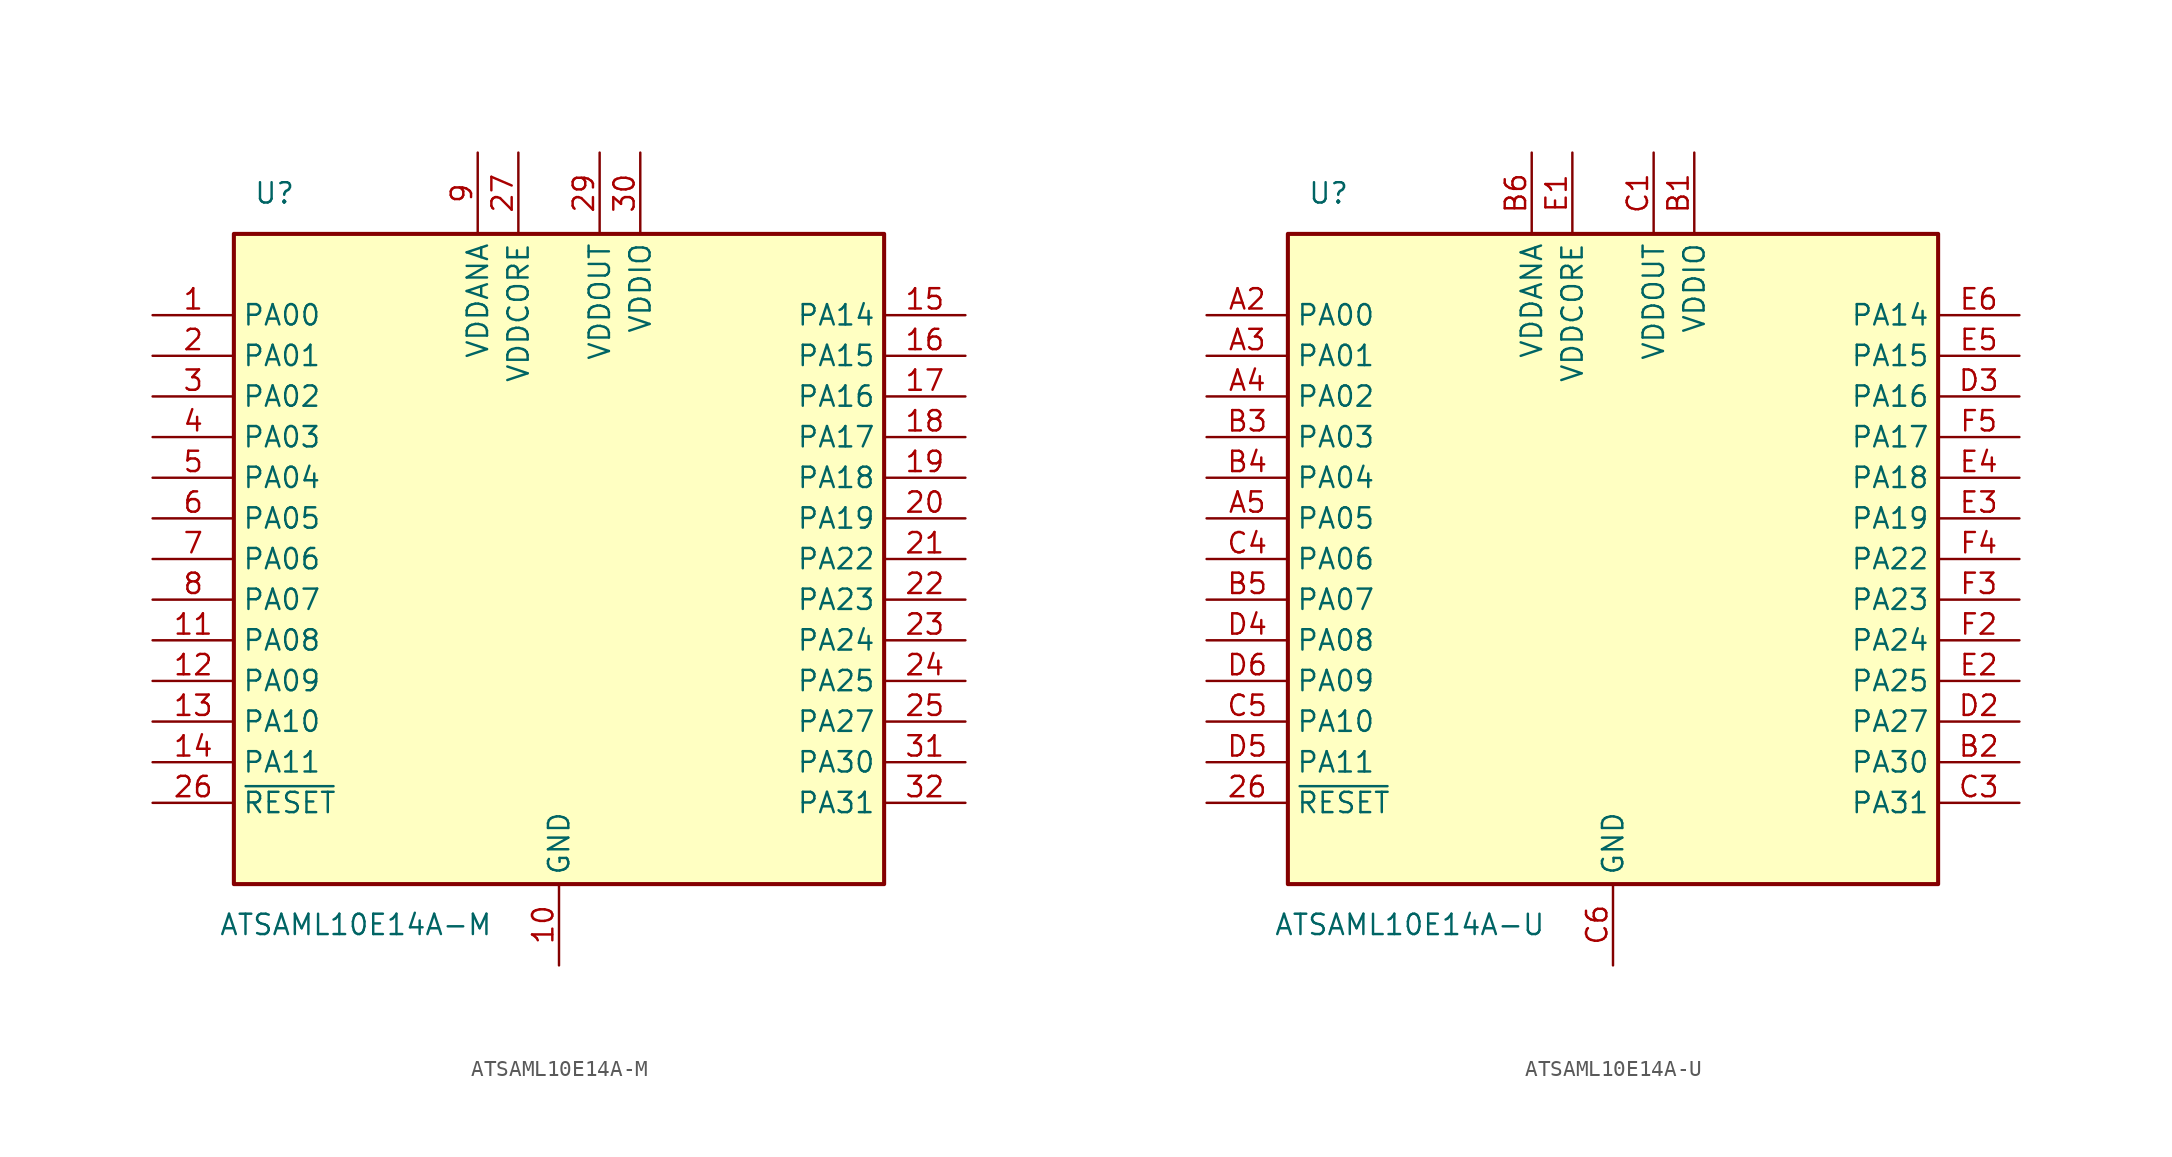
<source format=kicad_sym>
(kicad_symbol_lib
  (version 20211014)
  (generator kicad_symbol_editor)
  (symbol "ATSAML10E14A-M"
    (property "Reference" "U"
      (at -17.78 22.86 0)
      (effects (font (size 1.27 1.27))))
    (property "Value" "ATSAML10E14A-M"
      (at -12.7 -22.86 0)
      (effects (font (size 1.27 1.27))))
    (symbol "ATSAML10E14A-M_0_1"
      (rectangle (start -20.32 20.32) (end 20.32 -20.32) (stroke (width 0.254) (type default) (color 0 0 0 0)) (fill (type background))))
    (symbol "ATSAML10E14A-M_1_1"
      (pin bidirectional line (at -25.4 15.24 0) (length 5.08) (name "PA00" (effects (font (size 1.27 1.27)))) (number "1" (effects (font (size 1.27 1.27)))))
      (pin power_in line (at 0 -25.4 90) (length 5.08) (name "GND" (effects (font (size 1.27 1.27)))) (number "10" (effects (font (size 1.27 1.27)))))
      (pin bidirectional line (at -25.4 -5.08 0) (length 5.08) (name "PA08" (effects (font (size 1.27 1.27)))) (number "11" (effects (font (size 1.27 1.27)))))
      (pin bidirectional line (at -25.4 -7.62 0) (length 5.08) (name "PA09" (effects (font (size 1.27 1.27)))) (number "12" (effects (font (size 1.27 1.27)))))
      (pin bidirectional line (at -25.4 -10.16 0) (length 5.08) (name "PA10" (effects (font (size 1.27 1.27)))) (number "13" (effects (font (size 1.27 1.27)))))
      (pin bidirectional line (at -25.4 -12.7 0) (length 5.08) (name "PA11" (effects (font (size 1.27 1.27)))) (number "14" (effects (font (size 1.27 1.27)))))
      (pin bidirectional line (at 25.4 15.24 180) (length 5.08) (name "PA14" (effects (font (size 1.27 1.27)))) (number "15" (effects (font (size 1.27 1.27)))))
      (pin bidirectional line (at 25.4 12.7 180) (length 5.08) (name "PA15" (effects (font (size 1.27 1.27)))) (number "16" (effects (font (size 1.27 1.27)))))
      (pin bidirectional line (at 25.4 10.16 180) (length 5.08) (name "PA16" (effects (font (size 1.27 1.27)))) (number "17" (effects (font (size 1.27 1.27)))))
      (pin bidirectional line (at 25.4 7.62 180) (length 5.08) (name "PA17" (effects (font (size 1.27 1.27)))) (number "18" (effects (font (size 1.27 1.27)))))
      (pin bidirectional line (at 25.4 5.08 180) (length 5.08) (name "PA18" (effects (font (size 1.27 1.27)))) (number "19" (effects (font (size 1.27 1.27)))))
      (pin bidirectional line (at -25.4 12.7 0) (length 5.08) (name "PA01" (effects (font (size 1.27 1.27)))) (number "2" (effects (font (size 1.27 1.27)))))
      (pin bidirectional line (at 25.4 2.54 180) (length 5.08) (name "PA19" (effects (font (size 1.27 1.27)))) (number "20" (effects (font (size 1.27 1.27)))))
      (pin bidirectional line (at 25.4 0 180) (length 5.08) (name "PA22" (effects (font (size 1.27 1.27)))) (number "21" (effects (font (size 1.27 1.27)))))
      (pin bidirectional line (at 25.4 -2.54 180) (length 5.08) (name "PA23" (effects (font (size 1.27 1.27)))) (number "22" (effects (font (size 1.27 1.27)))))
      (pin bidirectional line (at 25.4 -5.08 180) (length 5.08) (name "PA24" (effects (font (size 1.27 1.27)))) (number "23" (effects (font (size 1.27 1.27)))))
      (pin bidirectional line (at 25.4 -7.62 180) (length 5.08) (name "PA25" (effects (font (size 1.27 1.27)))) (number "24" (effects (font (size 1.27 1.27)))))
      (pin bidirectional line (at 25.4 -10.16 180) (length 5.08) (name "PA27" (effects (font (size 1.27 1.27)))) (number "25" (effects (font (size 1.27 1.27)))))
      (pin input line (at -25.4 -15.24 0) (length 5.08) (name "~{RESET}" (effects (font (size 1.27 1.27)))) (number "26" (effects (font (size 1.27 1.27)))))
      (pin power_in line (at -2.54 25.4 270) (length 5.08) (name "VDDCORE" (effects (font (size 1.27 1.27)))) (number "27" (effects (font (size 1.27 1.27)))))
      (pin passive line (at 0 -25.4 90) (length 5.08) hide (name "GND" (effects (font (size 1.27 1.27)))) (number "28" (effects (font (size 1.27 1.27)))))
      (pin power_out line (at 2.54 25.4 270) (length 5.08) (name "VDDOUT" (effects (font (size 1.27 1.27)))) (number "29" (effects (font (size 1.27 1.27)))))
      (pin bidirectional line (at -25.4 10.16 0) (length 5.08) (name "PA02" (effects (font (size 1.27 1.27)))) (number "3" (effects (font (size 1.27 1.27)))))
      (pin power_in line (at 5.08 25.4 270) (length 5.08) (name "VDDIO" (effects (font (size 1.27 1.27)))) (number "30" (effects (font (size 1.27 1.27)))))
      (pin bidirectional line (at 25.4 -12.7 180) (length 5.08) (name "PA30" (effects (font (size 1.27 1.27)))) (number "31" (effects (font (size 1.27 1.27)))))
      (pin bidirectional line (at 25.4 -15.24 180) (length 5.08) (name "PA31" (effects (font (size 1.27 1.27)))) (number "32" (effects (font (size 1.27 1.27)))))
      (pin bidirectional line (at -25.4 7.62 0) (length 5.08) (name "PA03" (effects (font (size 1.27 1.27)))) (number "4" (effects (font (size 1.27 1.27)))))
      (pin bidirectional line (at -25.4 5.08 0) (length 5.08) (name "PA04" (effects (font (size 1.27 1.27)))) (number "5" (effects (font (size 1.27 1.27)))))
      (pin bidirectional line (at -25.4 2.54 0) (length 5.08) (name "PA05" (effects (font (size 1.27 1.27)))) (number "6" (effects (font (size 1.27 1.27)))))
      (pin bidirectional line (at -25.4 0 0) (length 5.08) (name "PA06" (effects (font (size 1.27 1.27)))) (number "7" (effects (font (size 1.27 1.27)))))
      (pin bidirectional line (at -25.4 -2.54 0) (length 5.08) (name "PA07" (effects (font (size 1.27 1.27)))) (number "8" (effects (font (size 1.27 1.27)))))
      (pin power_in line (at -5.08 25.4 270) (length 5.08) (name "VDDANA" (effects (font (size 1.27 1.27)))) (number "9" (effects (font (size 1.27 1.27)))))))
  (symbol "ATSAML10E14A-U"
    (property "Reference" "U"
      (at -17.78 22.86 0)
      (effects (font (size 1.27 1.27))))
    (property "Value" "ATSAML10E14A-U"
      (at -12.7 -22.86 0)
      (effects (font (size 1.27 1.27))))
    (symbol "ATSAML10E14A-U_0_1"
      (rectangle (start -20.32 20.32) (end 20.32 -20.32) (stroke (width 0.254) (type default) (color 0 0 0 0)) (fill (type background))))
    (symbol "ATSAML10E14A-U_1_1"
      (pin input line (at -25.4 -15.24 0) (length 5.08) (name "~{RESET}" (effects (font (size 1.27 1.27)))) (number "26" (effects (font (size 1.27 1.27)))))
      (pin bidirectional line (at -25.4 15.24 0) (length 5.08) (name "PA00" (effects (font (size 1.27 1.27)))) (number "A2" (effects (font (size 1.27 1.27)))))
      (pin bidirectional line (at -25.4 12.7 0) (length 5.08) (name "PA01" (effects (font (size 1.27 1.27)))) (number "A3" (effects (font (size 1.27 1.27)))))
      (pin bidirectional line (at -25.4 10.16 0) (length 5.08) (name "PA02" (effects (font (size 1.27 1.27)))) (number "A4" (effects (font (size 1.27 1.27)))))
      (pin bidirectional line (at -25.4 2.54 0) (length 5.08) (name "PA05" (effects (font (size 1.27 1.27)))) (number "A5" (effects (font (size 1.27 1.27)))))
      (pin power_in line (at 5.08 25.4 270) (length 5.08) (name "VDDIO" (effects (font (size 1.27 1.27)))) (number "B1" (effects (font (size 1.27 1.27)))))
      (pin bidirectional line (at 25.4 -12.7 180) (length 5.08) (name "PA30" (effects (font (size 1.27 1.27)))) (number "B2" (effects (font (size 1.27 1.27)))))
      (pin bidirectional line (at -25.4 7.62 0) (length 5.08) (name "PA03" (effects (font (size 1.27 1.27)))) (number "B3" (effects (font (size 1.27 1.27)))))
      (pin bidirectional line (at -25.4 5.08 0) (length 5.08) (name "PA04" (effects (font (size 1.27 1.27)))) (number "B4" (effects (font (size 1.27 1.27)))))
      (pin bidirectional line (at -25.4 -2.54 0) (length 5.08) (name "PA07" (effects (font (size 1.27 1.27)))) (number "B5" (effects (font (size 1.27 1.27)))))
      (pin power_in line (at -5.08 25.4 270) (length 5.08) (name "VDDANA" (effects (font (size 1.27 1.27)))) (number "B6" (effects (font (size 1.27 1.27)))))
      (pin power_out line (at 2.54 25.4 270) (length 5.08) (name "VDDOUT" (effects (font (size 1.27 1.27)))) (number "C1" (effects (font (size 1.27 1.27)))))
      (pin bidirectional line (at 25.4 -15.24 180) (length 5.08) (name "PA31" (effects (font (size 1.27 1.27)))) (number "C3" (effects (font (size 1.27 1.27)))))
      (pin bidirectional line (at -25.4 0 0) (length 5.08) (name "PA06" (effects (font (size 1.27 1.27)))) (number "C4" (effects (font (size 1.27 1.27)))))
      (pin bidirectional line (at -25.4 -10.16 0) (length 5.08) (name "PA10" (effects (font (size 1.27 1.27)))) (number "C5" (effects (font (size 1.27 1.27)))))
      (pin power_in line (at 0 -25.4 90) (length 5.08) (name "GND" (effects (font (size 1.27 1.27)))) (number "C6" (effects (font (size 1.27 1.27)))))
      (pin passive line (at 0 -25.4 90) (length 5.08) hide (name "GND" (effects (font (size 1.27 1.27)))) (number "D1" (effects (font (size 1.27 1.27)))))
      (pin bidirectional line (at 25.4 -10.16 180) (length 5.08) (name "PA27" (effects (font (size 1.27 1.27)))) (number "D2" (effects (font (size 1.27 1.27)))))
      (pin bidirectional line (at 25.4 10.16 180) (length 5.08) (name "PA16" (effects (font (size 1.27 1.27)))) (number "D3" (effects (font (size 1.27 1.27)))))
      (pin bidirectional line (at -25.4 -5.08 0) (length 5.08) (name "PA08" (effects (font (size 1.27 1.27)))) (number "D4" (effects (font (size 1.27 1.27)))))
      (pin bidirectional line (at -25.4 -12.7 0) (length 5.08) (name "PA11" (effects (font (size 1.27 1.27)))) (number "D5" (effects (font (size 1.27 1.27)))))
      (pin bidirectional line (at -25.4 -7.62 0) (length 5.08) (name "PA09" (effects (font (size 1.27 1.27)))) (number "D6" (effects (font (size 1.27 1.27)))))
      (pin power_in line (at -2.54 25.4 270) (length 5.08) (name "VDDCORE" (effects (font (size 1.27 1.27)))) (number "E1" (effects (font (size 1.27 1.27)))))
      (pin bidirectional line (at 25.4 -7.62 180) (length 5.08) (name "PA25" (effects (font (size 1.27 1.27)))) (number "E2" (effects (font (size 1.27 1.27)))))
      (pin bidirectional line (at 25.4 2.54 180) (length 5.08) (name "PA19" (effects (font (size 1.27 1.27)))) (number "E3" (effects (font (size 1.27 1.27)))))
      (pin bidirectional line (at 25.4 5.08 180) (length 5.08) (name "PA18" (effects (font (size 1.27 1.27)))) (number "E4" (effects (font (size 1.27 1.27)))))
      (pin bidirectional line (at 25.4 12.7 180) (length 5.08) (name "PA15" (effects (font (size 1.27 1.27)))) (number "E5" (effects (font (size 1.27 1.27)))))
      (pin bidirectional line (at 25.4 15.24 180) (length 5.08) (name "PA14" (effects (font (size 1.27 1.27)))) (number "E6" (effects (font (size 1.27 1.27)))))
      (pin bidirectional line (at 25.4 -5.08 180) (length 5.08) (name "PA24" (effects (font (size 1.27 1.27)))) (number "F2" (effects (font (size 1.27 1.27)))))
      (pin bidirectional line (at 25.4 -2.54 180) (length 5.08) (name "PA23" (effects (font (size 1.27 1.27)))) (number "F3" (effects (font (size 1.27 1.27)))))
      (pin bidirectional line (at 25.4 0 180) (length 5.08) (name "PA22" (effects (font (size 1.27 1.27)))) (number "F4" (effects (font (size 1.27 1.27)))))
      (pin bidirectional line (at 25.4 7.62 180) (length 5.08) (name "PA17" (effects (font (size 1.27 1.27)))) (number "F5" (effects (font (size 1.27 1.27))))))))
</source>
